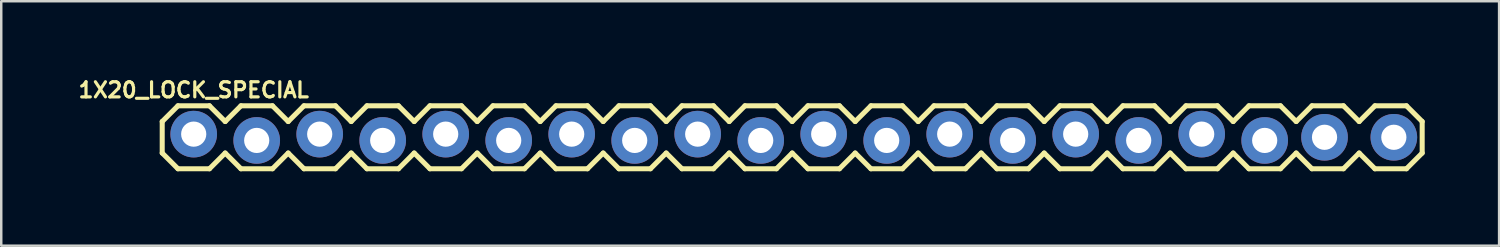
<source format=kicad_pcb>
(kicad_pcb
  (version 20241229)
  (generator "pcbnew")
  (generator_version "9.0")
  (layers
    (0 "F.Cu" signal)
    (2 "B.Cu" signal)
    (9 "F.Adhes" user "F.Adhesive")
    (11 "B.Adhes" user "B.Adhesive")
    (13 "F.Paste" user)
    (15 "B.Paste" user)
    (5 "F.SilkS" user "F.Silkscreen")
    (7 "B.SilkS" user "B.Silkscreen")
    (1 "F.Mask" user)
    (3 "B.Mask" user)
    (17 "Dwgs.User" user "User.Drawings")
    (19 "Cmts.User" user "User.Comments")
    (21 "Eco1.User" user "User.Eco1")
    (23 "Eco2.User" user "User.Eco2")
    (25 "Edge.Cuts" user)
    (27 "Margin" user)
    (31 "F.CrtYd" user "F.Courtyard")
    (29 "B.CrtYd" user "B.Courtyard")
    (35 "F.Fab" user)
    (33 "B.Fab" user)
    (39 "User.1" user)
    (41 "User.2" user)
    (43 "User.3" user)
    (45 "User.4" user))
  (footprint "1X20_LOCK_SPECIAL"
    (layer "F.Cu")
    (at 4.76 2.485)
    (property "Reference" "1X20_LOCK_SPECIAL" (at 0 -1.905 0) (layer "F.SilkS") (effects (font (size 0.61 0.61) (thickness 0.127))))
    (attr exclude_from_pos_files exclude_from_bom)
    (fp_line (start -1.27 -0.635) (end -1.27 0.635) (stroke (width 0.203) (type solid)) (layer "F.SilkS"))
    (fp_line (start -1.27 0.635) (end -0.635 1.27) (stroke (width 0.203) (type solid)) (layer "F.SilkS"))
    (fp_line (start -0.635 -1.27) (end -1.27 -0.635) (stroke (width 0.203) (type solid)) (layer "F.SilkS"))
    (fp_line (start -0.635 -1.27) (end 0.635 -1.27) (stroke (width 0.203) (type solid)) (layer "F.SilkS"))
    (fp_line (start 0.635 -1.27) (end 1.27 -0.635) (stroke (width 0.203) (type solid)) (layer "F.SilkS"))
    (fp_line (start 0.635 1.27) (end -0.635 1.27) (stroke (width 0.203) (type solid)) (layer "F.SilkS"))
    (fp_line (start 1.27 -0.635) (end 1.905 -1.27) (stroke (width 0.203) (type solid)) (layer "F.SilkS"))
    (fp_line (start 1.27 0.635) (end 0.635 1.27) (stroke (width 0.203) (type solid)) (layer "F.SilkS"))
    (fp_line (start 1.905 -1.27) (end 3.175 -1.27) (stroke (width 0.203) (type solid)) (layer "F.SilkS"))
    (fp_line (start 1.905 1.27) (end 1.27 0.635) (stroke (width 0.203) (type solid)) (layer "F.SilkS"))
    (fp_line (start 3.175 -1.27) (end 3.81 -0.635) (stroke (width 0.203) (type solid)) (layer "F.SilkS"))
    (fp_line (start 3.175 1.27) (end 1.905 1.27) (stroke (width 0.203) (type solid)) (layer "F.SilkS"))
    (fp_line (start 3.81 -0.635) (end 4.445 -1.27) (stroke (width 0.203) (type solid)) (layer "F.SilkS"))
    (fp_line (start 3.81 0.635) (end 3.175 1.27) (stroke (width 0.203) (type solid)) (layer "F.SilkS"))
    (fp_line (start 4.445 -1.27) (end 5.715 -1.27) (stroke (width 0.203) (type solid)) (layer "F.SilkS"))
    (fp_line (start 4.445 1.27) (end 3.81 0.635) (stroke (width 0.203) (type solid)) (layer "F.SilkS"))
    (fp_line (start 5.715 -1.27) (end 6.35 -0.635) (stroke (width 0.203) (type solid)) (layer "F.SilkS"))
    (fp_line (start 5.715 1.27) (end 4.445 1.27) (stroke (width 0.203) (type solid)) (layer "F.SilkS"))
    (fp_line (start 6.35 0.635) (end 5.715 1.27) (stroke (width 0.203) (type solid)) (layer "F.SilkS"))
    (fp_line (start 6.35 0.635) (end 6.985 1.27) (stroke (width 0.203) (type solid)) (layer "F.SilkS"))
    (fp_line (start 6.985 -1.27) (end 6.35 -0.635) (stroke (width 0.203) (type solid)) (layer "F.SilkS"))
    (fp_line (start 6.985 -1.27) (end 8.255 -1.27) (stroke (width 0.203) (type solid)) (layer "F.SilkS"))
    (fp_line (start 8.255 -1.27) (end 8.89 -0.635) (stroke (width 0.203) (type solid)) (layer "F.SilkS"))
    (fp_line (start 8.255 1.27) (end 6.985 1.27) (stroke (width 0.203) (type solid)) (layer "F.SilkS"))
    (fp_line (start 8.89 -0.635) (end 9.525 -1.27) (stroke (width 0.203) (type solid)) (layer "F.SilkS"))
    (fp_line (start 8.89 0.635) (end 8.255 1.27) (stroke (width 0.203) (type solid)) (layer "F.SilkS"))
    (fp_line (start 9.525 -1.27) (end 10.795 -1.27) (stroke (width 0.203) (type solid)) (layer "F.SilkS"))
    (fp_line (start 9.525 1.27) (end 8.89 0.635) (stroke (width 0.203) (type solid)) (layer "F.SilkS"))
    (fp_line (start 10.795 -1.27) (end 11.43 -0.635) (stroke (width 0.203) (type solid)) (layer "F.SilkS"))
    (fp_line (start 10.795 1.27) (end 9.525 1.27) (stroke (width 0.203) (type solid)) (layer "F.SilkS"))
    (fp_line (start 11.43 -0.635) (end 12.065 -1.27) (stroke (width 0.203) (type solid)) (layer "F.SilkS"))
    (fp_line (start 11.43 0.635) (end 10.795 1.27) (stroke (width 0.203) (type solid)) (layer "F.SilkS"))
    (fp_line (start 12.065 -1.27) (end 13.335 -1.27) (stroke (width 0.203) (type solid)) (layer "F.SilkS"))
    (fp_line (start 12.065 1.27) (end 11.43 0.635) (stroke (width 0.203) (type solid)) (layer "F.SilkS"))
    (fp_line (start 13.335 -1.27) (end 13.97 -0.635) (stroke (width 0.203) (type solid)) (layer "F.SilkS"))
    (fp_line (start 13.335 1.27) (end 12.065 1.27) (stroke (width 0.203) (type solid)) (layer "F.SilkS"))
    (fp_line (start 13.97 0.635) (end 13.335 1.27) (stroke (width 0.203) (type solid)) (layer "F.SilkS"))
    (fp_line (start 13.97 0.635) (end 14.605 1.27) (stroke (width 0.203) (type solid)) (layer "F.SilkS"))
    (fp_line (start 14.605 -1.27) (end 13.97 -0.635) (stroke (width 0.203) (type solid)) (layer "F.SilkS"))
    (fp_line (start 14.605 -1.27) (end 15.875 -1.27) (stroke (width 0.203) (type solid)) (layer "F.SilkS"))
    (fp_line (start 15.875 -1.27) (end 16.51 -0.635) (stroke (width 0.203) (type solid)) (layer "F.SilkS"))
    (fp_line (start 15.875 1.27) (end 14.605 1.27) (stroke (width 0.203) (type solid)) (layer "F.SilkS"))
    (fp_line (start 16.51 0.635) (end 15.875 1.27) (stroke (width 0.203) (type solid)) (layer "F.SilkS"))
    (fp_line (start 16.51 0.635) (end 17.145 1.27) (stroke (width 0.203) (type solid)) (layer "F.SilkS"))
    (fp_line (start 17.145 -1.27) (end 16.51 -0.635) (stroke (width 0.203) (type solid)) (layer "F.SilkS"))
    (fp_line (start 17.145 -1.27) (end 18.415 -1.27) (stroke (width 0.203) (type solid)) (layer "F.SilkS"))
    (fp_line (start 18.415 -1.27) (end 19.05 -0.635) (stroke (width 0.203) (type solid)) (layer "F.SilkS"))
    (fp_line (start 18.415 1.27) (end 17.145 1.27) (stroke (width 0.203) (type solid)) (layer "F.SilkS"))
    (fp_line (start 19.05 -0.635) (end 19.685 -1.27) (stroke (width 0.203) (type solid)) (layer "F.SilkS"))
    (fp_line (start 19.05 0.635) (end 18.415 1.27) (stroke (width 0.203) (type solid)) (layer "F.SilkS"))
    (fp_line (start 19.685 -1.27) (end 20.955 -1.27) (stroke (width 0.203) (type solid)) (layer "F.SilkS"))
    (fp_line (start 19.685 1.27) (end 19.05 0.635) (stroke (width 0.203) (type solid)) (layer "F.SilkS"))
    (fp_line (start 20.955 -1.27) (end 21.59 -0.635) (stroke (width 0.203) (type solid)) (layer "F.SilkS"))
    (fp_line (start 20.955 1.27) (end 19.685 1.27) (stroke (width 0.203) (type solid)) (layer "F.SilkS"))
    (fp_line (start 21.59 -0.635) (end 22.225 -1.27) (stroke (width 0.203) (type solid)) (layer "F.SilkS"))
    (fp_line (start 21.59 0.635) (end 20.955 1.27) (stroke (width 0.203) (type solid)) (layer "F.SilkS"))
    (fp_line (start 22.225 -1.27) (end 23.495 -1.27) (stroke (width 0.203) (type solid)) (layer "F.SilkS"))
    (fp_line (start 22.225 1.27) (end 21.59 0.635) (stroke (width 0.203) (type solid)) (layer "F.SilkS"))
    (fp_line (start 23.495 -1.27) (end 24.13 -0.635) (stroke (width 0.203) (type solid)) (layer "F.SilkS"))
    (fp_line (start 23.495 1.27) (end 22.225 1.27) (stroke (width 0.203) (type solid)) (layer "F.SilkS"))
    (fp_line (start 24.13 0.635) (end 23.495 1.27) (stroke (width 0.203) (type solid)) (layer "F.SilkS"))
    (fp_line (start 24.13 0.635) (end 24.765 1.27) (stroke (width 0.203) (type solid)) (layer "F.SilkS"))
    (fp_line (start 24.765 -1.27) (end 24.13 -0.635) (stroke (width 0.203) (type solid)) (layer "F.SilkS"))
    (fp_line (start 24.765 -1.27) (end 26.035 -1.27) (stroke (width 0.203) (type solid)) (layer "F.SilkS"))
    (fp_line (start 26.035 -1.27) (end 26.67 -0.635) (stroke (width 0.203) (type solid)) (layer "F.SilkS"))
    (fp_line (start 26.035 1.27) (end 24.765 1.27) (stroke (width 0.203) (type solid)) (layer "F.SilkS"))
    (fp_line (start 26.67 -0.635) (end 27.305 -1.27) (stroke (width 0.203) (type solid)) (layer "F.SilkS"))
    (fp_line (start 26.67 0.635) (end 26.035 1.27) (stroke (width 0.203) (type solid)) (layer "F.SilkS"))
    (fp_line (start 27.305 -1.27) (end 28.575 -1.27) (stroke (width 0.203) (type solid)) (layer "F.SilkS"))
    (fp_line (start 27.305 1.27) (end 26.67 0.635) (stroke (width 0.203) (type solid)) (layer "F.SilkS"))
    (fp_line (start 28.575 -1.27) (end 29.21 -0.635) (stroke (width 0.203) (type solid)) (layer "F.SilkS"))
    (fp_line (start 28.575 1.27) (end 27.305 1.27) (stroke (width 0.203) (type solid)) (layer "F.SilkS"))
    (fp_line (start 29.21 -0.635) (end 29.845 -1.27) (stroke (width 0.203) (type solid)) (layer "F.SilkS"))
    (fp_line (start 29.21 0.635) (end 28.575 1.27) (stroke (width 0.203) (type solid)) (layer "F.SilkS"))
    (fp_line (start 29.845 -1.27) (end 31.115 -1.27) (stroke (width 0.203) (type solid)) (layer "F.SilkS"))
    (fp_line (start 29.845 1.27) (end 29.21 0.635) (stroke (width 0.203) (type solid)) (layer "F.SilkS"))
    (fp_line (start 31.115 -1.27) (end 31.75 -0.635) (stroke (width 0.203) (type solid)) (layer "F.SilkS"))
    (fp_line (start 31.115 1.27) (end 29.845 1.27) (stroke (width 0.203) (type solid)) (layer "F.SilkS"))
    (fp_line (start 31.75 0.635) (end 31.115 1.27) (stroke (width 0.203) (type solid)) (layer "F.SilkS"))
    (fp_line (start 31.75 0.635) (end 32.385 1.27) (stroke (width 0.203) (type solid)) (layer "F.SilkS"))
    (fp_line (start 32.385 -1.27) (end 31.75 -0.635) (stroke (width 0.203) (type solid)) (layer "F.SilkS"))
    (fp_line (start 32.385 -1.27) (end 33.655 -1.27) (stroke (width 0.203) (type solid)) (layer "F.SilkS"))
    (fp_line (start 33.655 -1.27) (end 34.29 -0.635) (stroke (width 0.203) (type solid)) (layer "F.SilkS"))
    (fp_line (start 33.655 1.27) (end 32.385 1.27) (stroke (width 0.203) (type solid)) (layer "F.SilkS"))
    (fp_line (start 34.29 0.635) (end 33.655 1.27) (stroke (width 0.203) (type solid)) (layer "F.SilkS"))
    (fp_line (start 34.29 0.635) (end 34.925 1.27) (stroke (width 0.203) (type solid)) (layer "F.SilkS"))
    (fp_line (start 34.925 -1.27) (end 34.29 -0.635) (stroke (width 0.203) (type solid)) (layer "F.SilkS"))
    (fp_line (start 34.925 -1.27) (end 36.195 -1.27) (stroke (width 0.203) (type solid)) (layer "F.SilkS"))
    (fp_line (start 36.195 -1.27) (end 36.83 -0.635) (stroke (width 0.203) (type solid)) (layer "F.SilkS"))
    (fp_line (start 36.195 1.27) (end 34.925 1.27) (stroke (width 0.203) (type solid)) (layer "F.SilkS"))
    (fp_line (start 36.83 0.635) (end 36.195 1.27) (stroke (width 0.203) (type solid)) (layer "F.SilkS"))
    (fp_line (start 36.83 0.635) (end 37.465 1.27) (stroke (width 0.203) (type solid)) (layer "F.SilkS"))
    (fp_line (start 37.465 -1.27) (end 36.83 -0.635) (stroke (width 0.203) (type solid)) (layer "F.SilkS"))
    (fp_line (start 37.465 -1.27) (end 38.735 -1.27) (stroke (width 0.203) (type solid)) (layer "F.SilkS"))
    (fp_line (start 38.735 -1.27) (end 39.37 -0.635) (stroke (width 0.203) (type solid)) (layer "F.SilkS"))
    (fp_line (start 38.735 1.27) (end 37.465 1.27) (stroke (width 0.203) (type solid)) (layer "F.SilkS"))
    (fp_line (start 39.37 0.635) (end 38.735 1.27) (stroke (width 0.203) (type solid)) (layer "F.SilkS"))
    (fp_line (start 39.37 0.635) (end 40.005 1.27) (stroke (width 0.203) (type solid)) (layer "F.SilkS"))
    (fp_line (start 40.005 -1.27) (end 39.37 -0.635) (stroke (width 0.203) (type solid)) (layer "F.SilkS"))
    (fp_line (start 40.005 -1.27) (end 41.275 -1.27) (stroke (width 0.203) (type solid)) (layer "F.SilkS"))
    (fp_line (start 41.275 -1.27) (end 41.91 -0.635) (stroke (width 0.203) (type solid)) (layer "F.SilkS"))
    (fp_line (start 41.275 1.27) (end 40.005 1.27) (stroke (width 0.203) (type solid)) (layer "F.SilkS"))
    (fp_line (start 41.91 0.635) (end 41.275 1.27) (stroke (width 0.203) (type solid)) (layer "F.SilkS"))
    (fp_line (start 41.91 0.635) (end 42.545 1.27) (stroke (width 0.203) (type solid)) (layer "F.SilkS"))
    (fp_line (start 42.545 -1.27) (end 41.91 -0.635) (stroke (width 0.203) (type solid)) (layer "F.SilkS"))
    (fp_line (start 42.545 -1.27) (end 43.815 -1.27) (stroke (width 0.203) (type solid)) (layer "F.SilkS"))
    (fp_line (start 43.815 -1.27) (end 44.45 -0.635) (stroke (width 0.203) (type solid)) (layer "F.SilkS"))
    (fp_line (start 43.815 1.27) (end 42.545 1.27) (stroke (width 0.203) (type solid)) (layer "F.SilkS"))
    (fp_line (start 44.45 0.635) (end 43.815 1.27) (stroke (width 0.203) (type solid)) (layer "F.SilkS"))
    (fp_line (start 44.45 0.635) (end 45.085 1.27) (stroke (width 0.203) (type solid)) (layer "F.SilkS"))
    (fp_line (start 45.085 -1.27) (end 44.45 -0.635) (stroke (width 0.203) (type solid)) (layer "F.SilkS"))
    (fp_line (start 45.085 -1.27) (end 46.355 -1.27) (stroke (width 0.203) (type solid)) (layer "F.SilkS"))
    (fp_line (start 46.355 -1.27) (end 46.99 -0.635) (stroke (width 0.203) (type solid)) (layer "F.SilkS"))
    (fp_line (start 46.355 1.27) (end 45.085 1.27) (stroke (width 0.203) (type solid)) (layer "F.SilkS"))
    (fp_line (start 46.99 0.635) (end 46.355 1.27) (stroke (width 0.203) (type solid)) (layer "F.SilkS"))
    (fp_line (start 46.99 0.635) (end 47.625 1.27) (stroke (width 0.203) (type solid)) (layer "F.SilkS"))
    (fp_line (start 47.625 -1.27) (end 46.99 -0.635) (stroke (width 0.203) (type solid)) (layer "F.SilkS"))
    (fp_line (start 47.625 -1.27) (end 48.895 -1.27) (stroke (width 0.203) (type solid)) (layer "F.SilkS"))
    (fp_line (start 48.895 -1.27) (end 49.53 -0.635) (stroke (width 0.203) (type solid)) (layer "F.SilkS"))
    (fp_line (start 48.895 1.27) (end 47.625 1.27) (stroke (width 0.203) (type solid)) (layer "F.SilkS"))
    (fp_line (start 49.53 -0.635) (end 49.53 0.635) (stroke (width 0.203) (type solid)) (layer "F.SilkS"))
    (fp_line (start 49.53 0.635) (end 48.895 1.27) (stroke (width 0.203) (type solid)) (layer "F.SilkS"))
    (pad "1" thru_hole circle (at 0 -0.127) (size 1.88 1.88) (drill 1.016) (layers "*.Cu" "*.Paste" "*.Mask"))
    (pad "2" thru_hole circle (at 2.54 0.127) (size 1.88 1.88) (drill 1.016) (layers "*.Cu" "*.Paste" "*.Mask"))
    (pad "3" thru_hole circle (at 5.08 -0.127) (size 1.88 1.88) (drill 1.016) (layers "*.Cu" "*.Paste" "*.Mask"))
    (pad "4" thru_hole circle (at 7.62 0.127) (size 1.88 1.88) (drill 1.016) (layers "*.Cu" "*.Paste" "*.Mask"))
    (pad "5" thru_hole circle (at 10.16 -0.127) (size 1.88 1.88) (drill 1.016) (layers "*.Cu" "*.Paste" "*.Mask"))
    (pad "6" thru_hole circle (at 12.7 0.127) (size 1.88 1.88) (drill 1.016) (layers "*.Cu" "*.Paste" "*.Mask"))
    (pad "7" thru_hole circle (at 15.24 -0.127) (size 1.88 1.88) (drill 1.016) (layers "*.Cu" "*.Paste" "*.Mask"))
    (pad "8" thru_hole circle (at 17.78 0.127) (size 1.88 1.88) (drill 1.016) (layers "*.Cu" "*.Paste" "*.Mask"))
    (pad "9" thru_hole circle (at 20.32 -0.127) (size 1.88 1.88) (drill 1.016) (layers "*.Cu" "*.Paste" "*.Mask"))
    (pad "10" thru_hole circle (at 22.86 0.127) (size 1.88 1.88) (drill 1.016) (layers "*.Cu" "*.Paste" "*.Mask"))
    (pad "11" thru_hole circle (at 25.4 -0.127) (size 1.88 1.88) (drill 1.016) (layers "*.Cu" "*.Paste" "*.Mask"))
    (pad "12" thru_hole circle (at 27.94 0.127) (size 1.88 1.88) (drill 1.016) (layers "*.Cu" "*.Paste" "*.Mask"))
    (pad "13" thru_hole circle (at 30.48 -0.127) (size 1.88 1.88) (drill 1.016) (layers "*.Cu" "*.Paste" "*.Mask"))
    (pad "14" thru_hole circle (at 33.02 0.127) (size 1.88 1.88) (drill 1.016) (layers "*.Cu" "*.Paste" "*.Mask"))
    (pad "15" thru_hole circle (at 35.56 -0.127) (size 1.88 1.88) (drill 1.016) (layers "*.Cu" "*.Paste" "*.Mask"))
    (pad "16" thru_hole circle (at 38.1 0.127) (size 1.88 1.88) (drill 1.016) (layers "*.Cu" "*.Paste" "*.Mask"))
    (pad "17" thru_hole circle (at 40.64 -0.127) (size 1.88 1.88) (drill 1.016) (layers "*.Cu" "*.Paste" "*.Mask"))
    (pad "18" thru_hole circle (at 43.18 0.127) (size 1.88 1.88) (drill 1.016) (layers "*.Cu" "*.Paste" "*.Mask"))
    (pad "19" thru_hole circle (at 45.593 0) (size 1.88 1.88) (drill 1.016) (layers "*.Cu" "*.Paste" "*.Mask"))
    (pad "20" thru_hole circle (at 48.387 0) (size 1.88 1.88) (drill 1.016) (layers "*.Cu" "*.Paste" "*.Mask")))
  (gr_rect
    (start -3 -3)
    (end 57.391 6.856)
    (stroke (width 0.1) (type default))
    (fill no)
    (layer "Edge.Cuts")))
</source>
